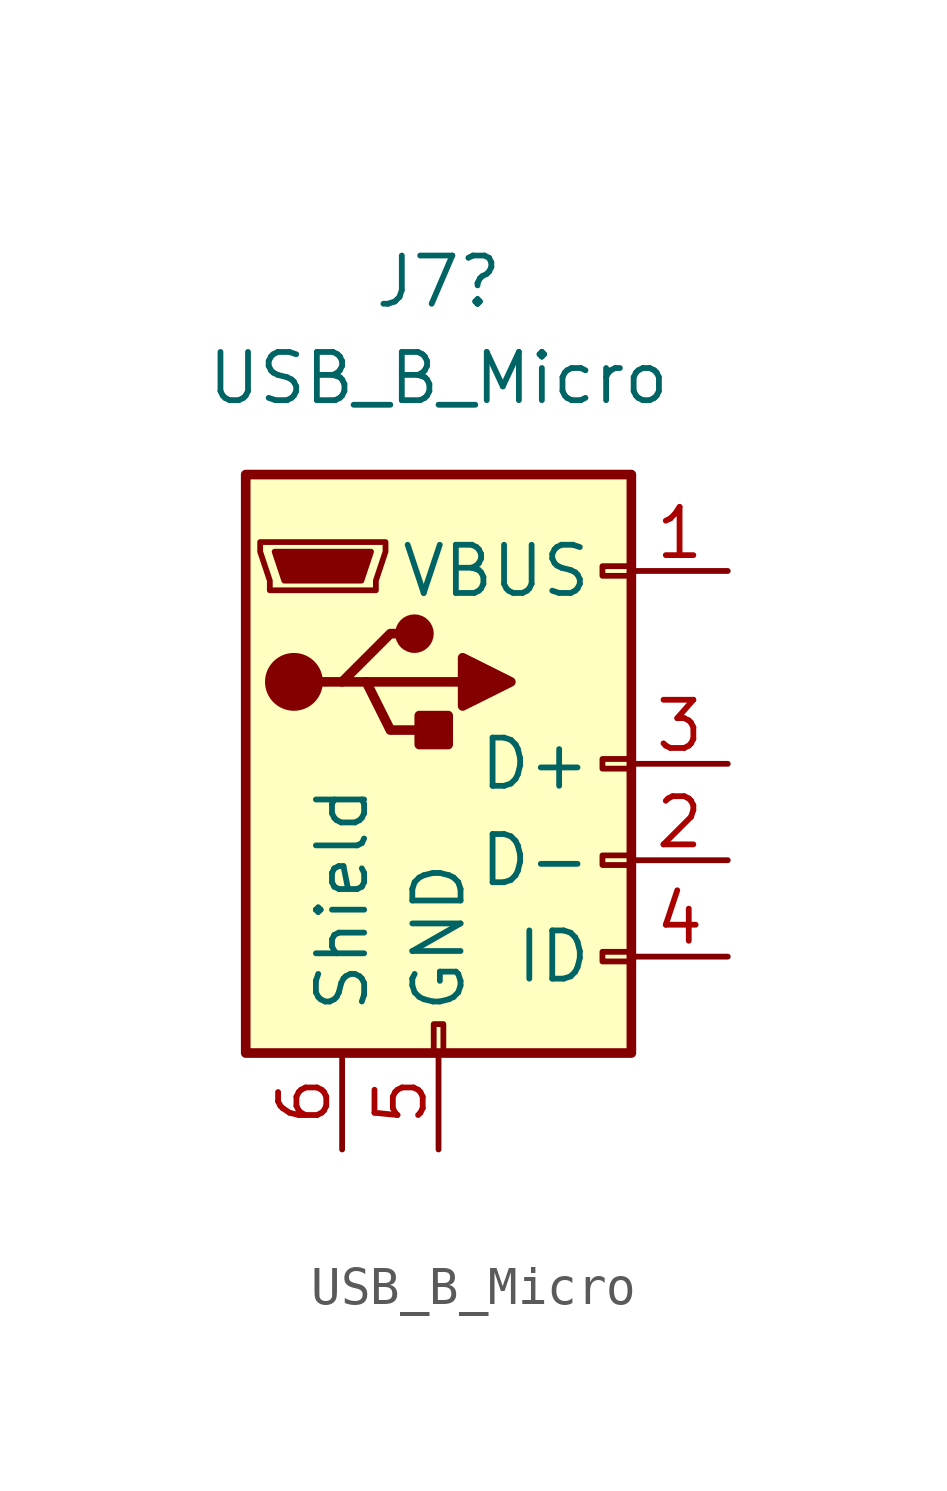
<source format=kicad_sym>
(kicad_symbol_lib
  (version 20231120)
  (generator "kicad_symbol_editor")
  (generator_version "8.0")
  (symbol "USB_B_Micro"
    (pin_names
      (offset 1.016))
    (property "Reference" "J7"
      (at 0 12.7 0)
      (effects (font (size 1.27 1.27))))
    (property "Value" "USB_B_Micro"
      (at 0 10.16 0)
      (effects (font (size 1.27 1.27))))
    (symbol "USB_B_Micro_0_1"
      (rectangle (start -5.08 -7.62) (end 5.08 7.62) (stroke (width 0.254) (type default)) (fill (type background)))
      (circle (center -3.81 2.159) (radius 0.635) (stroke (width 0.254) (type default)) (fill (type outline)))
      (circle (center -0.635 3.429) (radius 0.381) (stroke (width 0.254) (type default)) (fill (type outline)))
      (rectangle (start -0.127 -7.62) (end 0.127 -6.858) (stroke (width 0) (type default)) (fill (type none)))
      (polyline (pts (xy -1.905 2.159) (xy 0.635 2.159)) (stroke (width 0.254) (type default)) (fill (type none)))
      (polyline (pts (xy -3.175 2.159) (xy -2.54 2.159) (xy -1.27 3.429) (xy -0.635 3.429)) (stroke (width 0.254) (type default)) (fill (type none)))
      (polyline (pts (xy -2.54 2.159) (xy -1.905 2.159) (xy -1.27 0.889) (xy 0 0.889)) (stroke (width 0.254) (type default)) (fill (type none)))
      (polyline (pts (xy 0.635 2.794) (xy 0.635 1.524) (xy 1.905 2.159) (xy 0.635 2.794)) (stroke (width 0.254) (type default)) (fill (type outline)))
      (polyline (pts (xy -4.318 5.588) (xy -1.778 5.588) (xy -2.032 4.826) (xy -4.064 4.826) (xy -4.318 5.588)) (stroke (width 0) (type default)) (fill (type outline)))
      (polyline (pts (xy -4.699 5.842) (xy -4.699 5.588) (xy -4.445 4.826) (xy -4.445 4.572) (xy -1.651 4.572) (xy -1.651 4.826) (xy -1.397 5.588) (xy -1.397 5.842) (xy -4.699 5.842)) (stroke (width 0) (type default)) (fill (type none)))
      (rectangle (start 0.254 1.27) (end -0.508 0.508) (stroke (width 0.254) (type default)) (fill (type outline)))
      (rectangle (start 5.08 -5.207) (end 4.318 -4.953) (stroke (width 0) (type default)) (fill (type none)))
      (rectangle (start 5.08 -2.667) (end 4.318 -2.413) (stroke (width 0) (type default)) (fill (type none)))
      (rectangle (start 5.08 -0.127) (end 4.318 0.127) (stroke (width 0) (type default)) (fill (type none)))
      (rectangle (start 5.08 4.953) (end 4.318 5.207) (stroke (width 0) (type default)) (fill (type none))))
    (symbol "USB_B_Micro_1_1"
      (pin power_in line (at 7.62 5.08 180) (length 2.54) (name "VBUS" (effects (font (size 1.27 1.27)))) (number "1" (effects (font (size 1.27 1.27)))))
      (pin bidirectional line (at 7.62 -2.54 180) (length 2.54) (name "D-" (effects (font (size 1.27 1.27)))) (number "2" (effects (font (size 1.27 1.27)))))
      (pin bidirectional line (at 7.62 0 180) (length 2.54) (name "D+" (effects (font (size 1.27 1.27)))) (number "3" (effects (font (size 1.27 1.27)))))
      (pin passive line (at 7.62 -5.08 180) (length 2.54) (name "ID" (effects (font (size 1.27 1.27)))) (number "4" (effects (font (size 1.27 1.27)))))
      (pin power_in line (at 0 -10.16 90) (length 2.54) (name "GND" (effects (font (size 1.27 1.27)))) (number "5" (effects (font (size 1.27 1.27)))))
      (pin passive line (at -2.54 -10.16 90) (length 2.54) (name "Shield" (effects (font (size 1.27 1.27)))) (number "6" (effects (font (size 1.27 1.27))))))))
</source>
